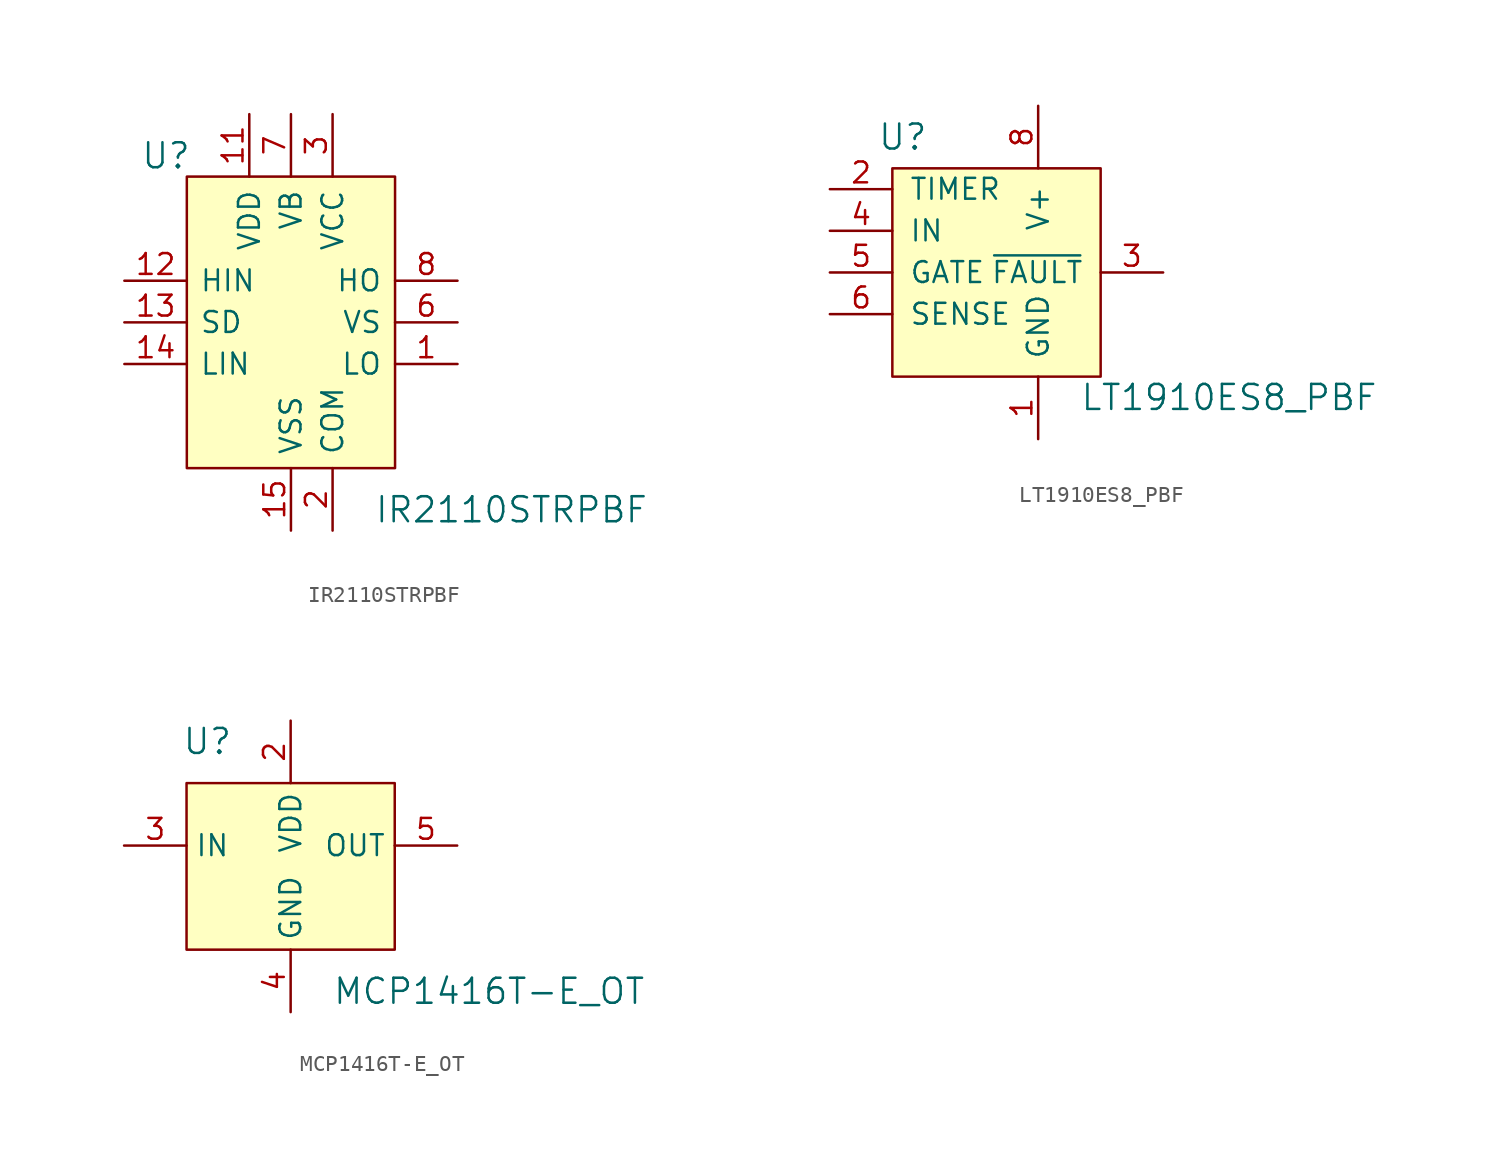
<source format=kicad_sym>
(kicad_symbol_lib
  (version 20211014)
  (generator kicad_symbol_editor)
  (symbol "IR2110STRPBF"
    (pin_names
      (offset 0.762))
    (property "Reference" "U"
      (at -7.62 10.16 0)
      (effects (font (size 1.524 1.524))))
    (property "Value" "IR2110STRPBF"
      (at 5.08 -11.43 0)
      (effects (font (size 1.524 1.524)) (justify left)))
    (symbol "IR2110STRPBF_0_1"
      (rectangle (start -6.35 8.89) (end 6.35 -8.89) (stroke (width 0) (type default) (color 0 0 0 0)) (fill (type background))))
    (symbol "IR2110STRPBF_1_1"
      (pin output line (at 10.16 -2.54 180) (length 3.81) (name "LO" (effects (font (size 1.27 1.27)))) (number "1" (effects (font (size 1.27 1.27)))))
      (pin no_connect line (at -6.35 -7.62 0) (length 3.81) hide (name "NC" (effects (font (size 1.27 1.27)))) (number "10" (effects (font (size 1.27 1.27)))))
      (pin power_in line (at -2.54 12.7 270) (length 3.81) (name "VDD" (effects (font (size 1.27 1.27)))) (number "11" (effects (font (size 1.27 1.27)))))
      (pin input line (at -10.16 2.54 0) (length 3.81) (name "HIN" (effects (font (size 1.27 1.27)))) (number "12" (effects (font (size 1.27 1.27)))))
      (pin input line (at -10.16 0 0) (length 3.81) (name "SD" (effects (font (size 1.27 1.27)))) (number "13" (effects (font (size 1.27 1.27)))))
      (pin input line (at -10.16 -2.54 0) (length 3.81) (name "LIN" (effects (font (size 1.27 1.27)))) (number "14" (effects (font (size 1.27 1.27)))))
      (pin power_in line (at 0 -12.7 90) (length 3.81) (name "VSS" (effects (font (size 1.27 1.27)))) (number "15" (effects (font (size 1.27 1.27)))))
      (pin no_connect line (at -6.35 -8.89 0) (length 3.81) hide (name "NC" (effects (font (size 1.27 1.27)))) (number "16" (effects (font (size 1.27 1.27)))))
      (pin power_in line (at 2.54 -12.7 90) (length 3.81) (name "COM" (effects (font (size 1.27 1.27)))) (number "2" (effects (font (size 1.27 1.27)))))
      (pin power_in line (at 2.54 12.7 270) (length 3.81) (name "VCC" (effects (font (size 1.27 1.27)))) (number "3" (effects (font (size 1.27 1.27)))))
      (pin no_connect line (at -6.35 -3.81 0) (length 3.81) hide (name "NC" (effects (font (size 1.27 1.27)))) (number "4" (effects (font (size 1.27 1.27)))))
      (pin no_connect line (at -6.35 -5.08 0) (length 3.81) hide (name "NC" (effects (font (size 1.27 1.27)))) (number "5" (effects (font (size 1.27 1.27)))))
      (pin power_in line (at 10.16 0 180) (length 3.81) (name "VS" (effects (font (size 1.27 1.27)))) (number "6" (effects (font (size 1.27 1.27)))))
      (pin power_in line (at 0 12.7 270) (length 3.81) (name "VB" (effects (font (size 1.27 1.27)))) (number "7" (effects (font (size 1.27 1.27)))))
      (pin output line (at 10.16 2.54 180) (length 3.81) (name "HO" (effects (font (size 1.27 1.27)))) (number "8" (effects (font (size 1.27 1.27)))))
      (pin no_connect line (at -6.35 -6.35 0) (length 3.81) hide (name "NC" (effects (font (size 1.27 1.27)))) (number "9" (effects (font (size 1.27 1.27)))))))
  (symbol "LT1910ES8_PBF"
    (pin_names
      (offset 1.016))
    (property "Reference" "U"
      (at -5.715 5.715 0)
      (effects (font (size 1.524 1.524))))
    (property "Value" "LT1910ES8_PBF"
      (at 5.08 -10.16 0)
      (effects (font (size 1.524 1.524)) (justify left)))
    (symbol "LT1910ES8_PBF_0_1"
      (rectangle (start -6.35 3.81) (end 6.35 -8.89) (stroke (width 0) (type default) (color 0 0 0 0)) (fill (type background))))
    (symbol "LT1910ES8_PBF_1_1"
      (pin power_in line (at 2.54 -12.7 90) (length 3.81) (name "GND" (effects (font (size 1.27 1.27)))) (number "1" (effects (font (size 1.27 1.27)))))
      (pin passive line (at -10.16 2.54 0) (length 3.81) (name "TIMER" (effects (font (size 1.27 1.27)))) (number "2" (effects (font (size 1.27 1.27)))))
      (pin output line (at 10.16 -2.54 180) (length 3.81) (name "~{FAULT}" (effects (font (size 1.27 1.27)))) (number "3" (effects (font (size 1.27 1.27)))))
      (pin input line (at -10.16 0 0) (length 3.81) (name "IN" (effects (font (size 1.27 1.27)))) (number "4" (effects (font (size 1.27 1.27)))))
      (pin input line (at -10.16 -2.54 0) (length 3.81) (name "GATE" (effects (font (size 1.27 1.27)))) (number "5" (effects (font (size 1.27 1.27)))))
      (pin input line (at -10.16 -5.08 0) (length 3.81) (name "SENSE" (effects (font (size 1.27 1.27)))) (number "6" (effects (font (size 1.27 1.27)))))
      (pin no_connect line (at -6.35 -7.62 0) (length 3.81) hide (name "NC" (effects (font (size 1.27 1.27)))) (number "7" (effects (font (size 1.27 1.27)))))
      (pin power_in line (at 2.54 7.62 270) (length 3.81) (name "V+" (effects (font (size 1.27 1.27)))) (number "8" (effects (font (size 1.27 1.27)))))))
  (symbol "MCP1416T-E_OT"
    (property "Reference" "U"
      (at -5.08 8.89 0)
      (effects (font (size 1.524 1.524))))
    (property "Value" "MCP1416T-E_OT"
      (at 2.54 -6.35 0)
      (effects (font (size 1.524 1.524)) (justify left)))
    (symbol "MCP1416T-E_OT_0_1"
      (rectangle (start -6.35 6.35) (end 6.35 -3.81) (stroke (width 0) (type default) (color 0 0 0 0)) (fill (type background))))
    (symbol "MCP1416T-E_OT_1_1"
      (pin no_connect line (at -6.35 -1.27 0) (length 3.81) hide (name "NC" (effects (font (size 1.27 1.27)))) (number "1" (effects (font (size 1.27 1.27)))))
      (pin power_in line (at 0 10.16 270) (length 3.81) (name "VDD" (effects (font (size 1.27 1.27)))) (number "2" (effects (font (size 1.27 1.27)))))
      (pin input line (at -10.16 2.54 0) (length 3.81) (name "IN" (effects (font (size 1.27 1.27)))) (number "3" (effects (font (size 1.27 1.27)))))
      (pin power_in line (at 0 -7.62 90) (length 3.81) (name "GND" (effects (font (size 1.27 1.27)))) (number "4" (effects (font (size 1.27 1.27)))))
      (pin output line (at 10.16 2.54 180) (length 3.81) (name "OUT" (effects (font (size 1.27 1.27)))) (number "5" (effects (font (size 1.27 1.27))))))))
</source>
